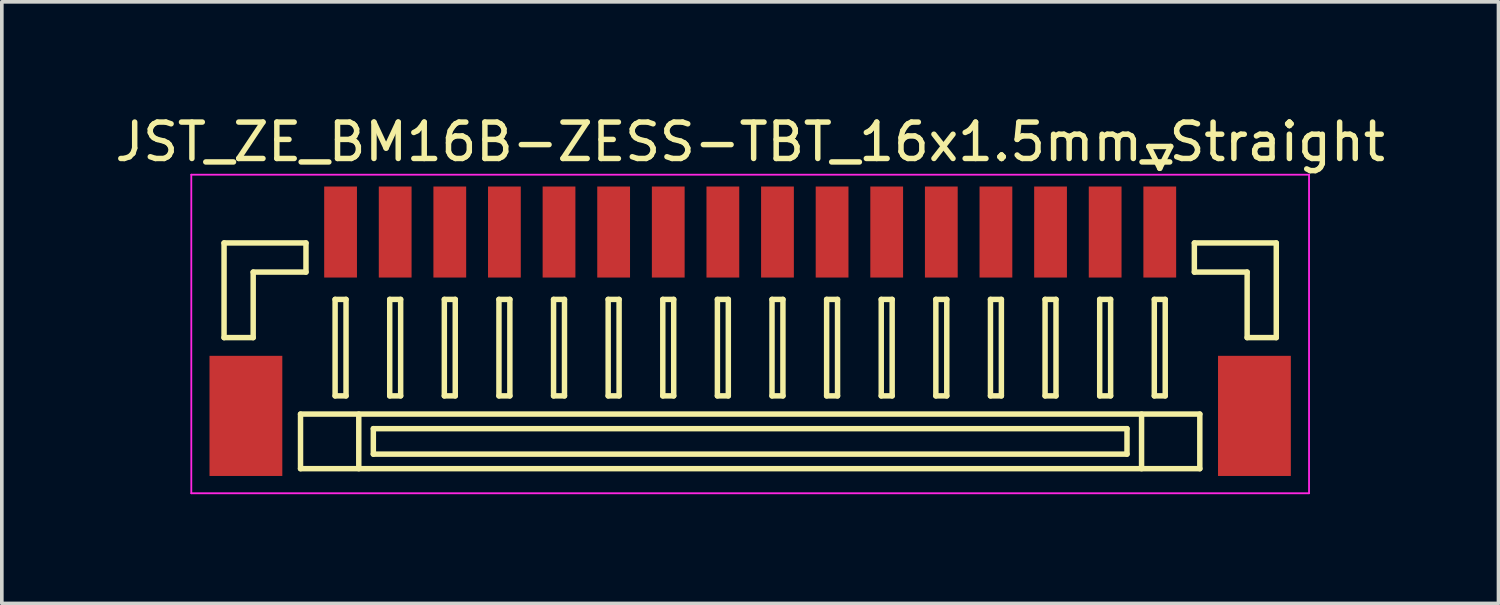
<source format=kicad_pcb>
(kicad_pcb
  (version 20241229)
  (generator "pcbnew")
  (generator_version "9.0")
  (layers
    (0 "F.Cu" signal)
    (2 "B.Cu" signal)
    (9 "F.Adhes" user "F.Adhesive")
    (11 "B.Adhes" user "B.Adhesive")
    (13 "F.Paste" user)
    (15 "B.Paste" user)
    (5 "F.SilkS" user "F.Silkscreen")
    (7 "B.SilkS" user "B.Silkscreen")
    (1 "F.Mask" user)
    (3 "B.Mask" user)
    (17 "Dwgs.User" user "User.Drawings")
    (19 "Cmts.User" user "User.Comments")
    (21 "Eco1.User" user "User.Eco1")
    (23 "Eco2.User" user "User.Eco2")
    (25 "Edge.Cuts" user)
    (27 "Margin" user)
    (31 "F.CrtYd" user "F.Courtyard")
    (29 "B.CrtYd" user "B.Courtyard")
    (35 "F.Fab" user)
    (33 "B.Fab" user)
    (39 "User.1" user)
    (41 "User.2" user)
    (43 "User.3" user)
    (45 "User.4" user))
  (footprint "JST_ZE_BM16B-ZESS-TBT_16x1.5mm_Straight"
    (layer "F.Cu")
    (at 17.554 5.848)
    (property "Reference" "JST_ZE_BM16B-ZESS-TBT_16x1.5mm_Straight" (at 0 -5 0) (layer "F.SilkS") (effects (font (size 1 1) (thickness 0.15))))
    (attr smd)
    (fp_line (start -14.45 -2.225) (end -14.45 0.375) (stroke (width 0.15) (type solid)) (layer "F.SilkS"))
    (fp_line (start -14.45 0.375) (end -13.65 0.375) (stroke (width 0.15) (type solid)) (layer "F.SilkS"))
    (fp_line (start -13.65 -1.425) (end -12.2 -1.425) (stroke (width 0.15) (type solid)) (layer "F.SilkS"))
    (fp_line (start -13.65 0.375) (end -13.65 -1.425) (stroke (width 0.15) (type solid)) (layer "F.SilkS"))
    (fp_line (start -12.35 2.475) (end -12.35 3.975) (stroke (width 0.15) (type solid)) (layer "F.SilkS"))
    (fp_line (start -12.35 3.975) (end 12.35 3.975) (stroke (width 0.15) (type solid)) (layer "F.SilkS"))
    (fp_line (start -12.2 -2.225) (end -14.45 -2.225) (stroke (width 0.15) (type solid)) (layer "F.SilkS"))
    (fp_line (start -12.2 -1.425) (end -12.2 -2.225) (stroke (width 0.15) (type solid)) (layer "F.SilkS"))
    (fp_line (start -11.4 -0.675) (end -11.4 1.975) (stroke (width 0.15) (type solid)) (layer "F.SilkS"))
    (fp_line (start -11.4 1.975) (end -11.1 1.975) (stroke (width 0.15) (type solid)) (layer "F.SilkS"))
    (fp_line (start -11.1 -0.675) (end -11.4 -0.675) (stroke (width 0.15) (type solid)) (layer "F.SilkS"))
    (fp_line (start -11.1 1.975) (end -11.1 -0.675) (stroke (width 0.15) (type solid)) (layer "F.SilkS"))
    (fp_line (start -10.75 2.475) (end -10.75 3.975) (stroke (width 0.15) (type solid)) (layer "F.SilkS"))
    (fp_line (start -10.35 2.875) (end -10.35 3.575) (stroke (width 0.15) (type solid)) (layer "F.SilkS"))
    (fp_line (start -10.35 3.575) (end 10.35 3.575) (stroke (width 0.15) (type solid)) (layer "F.SilkS"))
    (fp_line (start -9.9 -0.675) (end -9.9 1.975) (stroke (width 0.15) (type solid)) (layer "F.SilkS"))
    (fp_line (start -9.9 1.975) (end -9.6 1.975) (stroke (width 0.15) (type solid)) (layer "F.SilkS"))
    (fp_line (start -9.6 -0.675) (end -9.9 -0.675) (stroke (width 0.15) (type solid)) (layer "F.SilkS"))
    (fp_line (start -9.6 1.975) (end -9.6 -0.675) (stroke (width 0.15) (type solid)) (layer "F.SilkS"))
    (fp_line (start -8.4 -0.675) (end -8.4 1.975) (stroke (width 0.15) (type solid)) (layer "F.SilkS"))
    (fp_line (start -8.4 1.975) (end -8.1 1.975) (stroke (width 0.15) (type solid)) (layer "F.SilkS"))
    (fp_line (start -8.1 -0.675) (end -8.4 -0.675) (stroke (width 0.15) (type solid)) (layer "F.SilkS"))
    (fp_line (start -8.1 1.975) (end -8.1 -0.675) (stroke (width 0.15) (type solid)) (layer "F.SilkS"))
    (fp_line (start -6.9 -0.675) (end -6.9 1.975) (stroke (width 0.15) (type solid)) (layer "F.SilkS"))
    (fp_line (start -6.9 1.975) (end -6.6 1.975) (stroke (width 0.15) (type solid)) (layer "F.SilkS"))
    (fp_line (start -6.6 -0.675) (end -6.9 -0.675) (stroke (width 0.15) (type solid)) (layer "F.SilkS"))
    (fp_line (start -6.6 1.975) (end -6.6 -0.675) (stroke (width 0.15) (type solid)) (layer "F.SilkS"))
    (fp_line (start -5.4 -0.675) (end -5.4 1.975) (stroke (width 0.15) (type solid)) (layer "F.SilkS"))
    (fp_line (start -5.4 1.975) (end -5.1 1.975) (stroke (width 0.15) (type solid)) (layer "F.SilkS"))
    (fp_line (start -5.1 -0.675) (end -5.4 -0.675) (stroke (width 0.15) (type solid)) (layer "F.SilkS"))
    (fp_line (start -5.1 1.975) (end -5.1 -0.675) (stroke (width 0.15) (type solid)) (layer "F.SilkS"))
    (fp_line (start -3.9 -0.675) (end -3.9 1.975) (stroke (width 0.15) (type solid)) (layer "F.SilkS"))
    (fp_line (start -3.9 1.975) (end -3.6 1.975) (stroke (width 0.15) (type solid)) (layer "F.SilkS"))
    (fp_line (start -3.6 -0.675) (end -3.9 -0.675) (stroke (width 0.15) (type solid)) (layer "F.SilkS"))
    (fp_line (start -3.6 1.975) (end -3.6 -0.675) (stroke (width 0.15) (type solid)) (layer "F.SilkS"))
    (fp_line (start -2.4 -0.675) (end -2.4 1.975) (stroke (width 0.15) (type solid)) (layer "F.SilkS"))
    (fp_line (start -2.4 1.975) (end -2.1 1.975) (stroke (width 0.15) (type solid)) (layer "F.SilkS"))
    (fp_line (start -2.1 -0.675) (end -2.4 -0.675) (stroke (width 0.15) (type solid)) (layer "F.SilkS"))
    (fp_line (start -2.1 1.975) (end -2.1 -0.675) (stroke (width 0.15) (type solid)) (layer "F.SilkS"))
    (fp_line (start -0.9 -0.675) (end -0.9 1.975) (stroke (width 0.15) (type solid)) (layer "F.SilkS"))
    (fp_line (start -0.9 1.975) (end -0.6 1.975) (stroke (width 0.15) (type solid)) (layer "F.SilkS"))
    (fp_line (start -0.6 -0.675) (end -0.9 -0.675) (stroke (width 0.15) (type solid)) (layer "F.SilkS"))
    (fp_line (start -0.6 1.975) (end -0.6 -0.675) (stroke (width 0.15) (type solid)) (layer "F.SilkS"))
    (fp_line (start 0.6 -0.675) (end 0.6 1.975) (stroke (width 0.15) (type solid)) (layer "F.SilkS"))
    (fp_line (start 0.6 1.975) (end 0.9 1.975) (stroke (width 0.15) (type solid)) (layer "F.SilkS"))
    (fp_line (start 0.9 -0.675) (end 0.6 -0.675) (stroke (width 0.15) (type solid)) (layer "F.SilkS"))
    (fp_line (start 0.9 1.975) (end 0.9 -0.675) (stroke (width 0.15) (type solid)) (layer "F.SilkS"))
    (fp_line (start 2.1 -0.675) (end 2.1 1.975) (stroke (width 0.15) (type solid)) (layer "F.SilkS"))
    (fp_line (start 2.1 1.975) (end 2.4 1.975) (stroke (width 0.15) (type solid)) (layer "F.SilkS"))
    (fp_line (start 2.4 -0.675) (end 2.1 -0.675) (stroke (width 0.15) (type solid)) (layer "F.SilkS"))
    (fp_line (start 2.4 1.975) (end 2.4 -0.675) (stroke (width 0.15) (type solid)) (layer "F.SilkS"))
    (fp_line (start 3.6 -0.675) (end 3.6 1.975) (stroke (width 0.15) (type solid)) (layer "F.SilkS"))
    (fp_line (start 3.6 1.975) (end 3.9 1.975) (stroke (width 0.15) (type solid)) (layer "F.SilkS"))
    (fp_line (start 3.9 -0.675) (end 3.6 -0.675) (stroke (width 0.15) (type solid)) (layer "F.SilkS"))
    (fp_line (start 3.9 1.975) (end 3.9 -0.675) (stroke (width 0.15) (type solid)) (layer "F.SilkS"))
    (fp_line (start 5.1 -0.675) (end 5.1 1.975) (stroke (width 0.15) (type solid)) (layer "F.SilkS"))
    (fp_line (start 5.1 1.975) (end 5.4 1.975) (stroke (width 0.15) (type solid)) (layer "F.SilkS"))
    (fp_line (start 5.4 -0.675) (end 5.1 -0.675) (stroke (width 0.15) (type solid)) (layer "F.SilkS"))
    (fp_line (start 5.4 1.975) (end 5.4 -0.675) (stroke (width 0.15) (type solid)) (layer "F.SilkS"))
    (fp_line (start 6.6 -0.675) (end 6.6 1.975) (stroke (width 0.15) (type solid)) (layer "F.SilkS"))
    (fp_line (start 6.6 1.975) (end 6.9 1.975) (stroke (width 0.15) (type solid)) (layer "F.SilkS"))
    (fp_line (start 6.9 -0.675) (end 6.6 -0.675) (stroke (width 0.15) (type solid)) (layer "F.SilkS"))
    (fp_line (start 6.9 1.975) (end 6.9 -0.675) (stroke (width 0.15) (type solid)) (layer "F.SilkS"))
    (fp_line (start 8.1 -0.675) (end 8.1 1.975) (stroke (width 0.15) (type solid)) (layer "F.SilkS"))
    (fp_line (start 8.1 1.975) (end 8.4 1.975) (stroke (width 0.15) (type solid)) (layer "F.SilkS"))
    (fp_line (start 8.4 -0.675) (end 8.1 -0.675) (stroke (width 0.15) (type solid)) (layer "F.SilkS"))
    (fp_line (start 8.4 1.975) (end 8.4 -0.675) (stroke (width 0.15) (type solid)) (layer "F.SilkS"))
    (fp_line (start 9.6 -0.675) (end 9.6 1.975) (stroke (width 0.15) (type solid)) (layer "F.SilkS"))
    (fp_line (start 9.6 1.975) (end 9.9 1.975) (stroke (width 0.15) (type solid)) (layer "F.SilkS"))
    (fp_line (start 9.9 -0.675) (end 9.6 -0.675) (stroke (width 0.15) (type solid)) (layer "F.SilkS"))
    (fp_line (start 9.9 1.975) (end 9.9 -0.675) (stroke (width 0.15) (type solid)) (layer "F.SilkS"))
    (fp_line (start 10.35 2.875) (end -10.35 2.875) (stroke (width 0.15) (type solid)) (layer "F.SilkS"))
    (fp_line (start 10.35 3.575) (end 10.35 2.875) (stroke (width 0.15) (type solid)) (layer "F.SilkS"))
    (fp_line (start 10.75 2.475) (end 10.75 3.975) (stroke (width 0.15) (type solid)) (layer "F.SilkS"))
    (fp_line (start 10.95 -4.875) (end 11.25 -4.275) (stroke (width 0.15) (type solid)) (layer "F.SilkS"))
    (fp_line (start 11.1 -0.675) (end 11.1 1.975) (stroke (width 0.15) (type solid)) (layer "F.SilkS"))
    (fp_line (start 11.1 1.975) (end 11.4 1.975) (stroke (width 0.15) (type solid)) (layer "F.SilkS"))
    (fp_line (start 11.25 -4.275) (end 11.55 -4.875) (stroke (width 0.15) (type solid)) (layer "F.SilkS"))
    (fp_line (start 11.4 -0.675) (end 11.1 -0.675) (stroke (width 0.15) (type solid)) (layer "F.SilkS"))
    (fp_line (start 11.4 1.975) (end 11.4 -0.675) (stroke (width 0.15) (type solid)) (layer "F.SilkS"))
    (fp_line (start 11.55 -4.875) (end 10.95 -4.875) (stroke (width 0.15) (type solid)) (layer "F.SilkS"))
    (fp_line (start 12.2 -2.225) (end 14.45 -2.225) (stroke (width 0.15) (type solid)) (layer "F.SilkS"))
    (fp_line (start 12.2 -1.425) (end 12.2 -2.225) (stroke (width 0.15) (type solid)) (layer "F.SilkS"))
    (fp_line (start 12.35 2.475) (end -12.35 2.475) (stroke (width 0.15) (type solid)) (layer "F.SilkS"))
    (fp_line (start 12.35 3.975) (end 12.35 2.475) (stroke (width 0.15) (type solid)) (layer "F.SilkS"))
    (fp_line (start 13.65 -1.425) (end 12.2 -1.425) (stroke (width 0.15) (type solid)) (layer "F.SilkS"))
    (fp_line (start 13.65 0.375) (end 13.65 -1.425) (stroke (width 0.15) (type solid)) (layer "F.SilkS"))
    (fp_line (start 14.45 -2.225) (end 14.45 0.375) (stroke (width 0.15) (type solid)) (layer "F.SilkS"))
    (fp_line (start 14.45 0.375) (end 13.65 0.375) (stroke (width 0.15) (type solid)) (layer "F.SilkS"))
    (fp_line (start -15.35 -4.1) (end -15.35 4.65) (stroke (width 0.05) (type solid)) (layer "F.CrtYd"))
    (fp_line (start -15.35 4.65) (end 15.35 4.65) (stroke (width 0.05) (type solid)) (layer "F.CrtYd"))
    (fp_line (start 15.35 -4.1) (end -15.35 -4.1) (stroke (width 0.05) (type solid)) (layer "F.CrtYd"))
    (fp_line (start 15.35 4.65) (end 15.35 -4.1) (stroke (width 0.05) (type solid)) (layer "F.CrtYd"))
    (pad "" smd rect (at -13.85 2.525) (size 2 3.3) (layers "F.Cu" "F.Mask" "F.Paste"))
    (pad "" smd rect (at 13.85 2.525) (size 2 3.3) (layers "F.Cu" "F.Mask" "F.Paste"))
    (pad "1" smd rect (at 11.25 -2.525) (size 0.9 2.5) (layers "F.Cu" "F.Mask" "F.Paste"))
    (pad "2" smd rect (at 9.75 -2.525) (size 0.9 2.5) (layers "F.Cu" "F.Mask" "F.Paste"))
    (pad "3" smd rect (at 8.25 -2.525) (size 0.9 2.5) (layers "F.Cu" "F.Mask" "F.Paste"))
    (pad "4" smd rect (at 6.75 -2.525) (size 0.9 2.5) (layers "F.Cu" "F.Mask" "F.Paste"))
    (pad "5" smd rect (at 5.25 -2.525) (size 0.9 2.5) (layers "F.Cu" "F.Mask" "F.Paste"))
    (pad "6" smd rect (at 3.75 -2.525) (size 0.9 2.5) (layers "F.Cu" "F.Mask" "F.Paste"))
    (pad "7" smd rect (at 2.25 -2.525) (size 0.9 2.5) (layers "F.Cu" "F.Mask" "F.Paste"))
    (pad "8" smd rect (at 0.75 -2.525) (size 0.9 2.5) (layers "F.Cu" "F.Mask" "F.Paste"))
    (pad "9" smd rect (at -0.75 -2.525) (size 0.9 2.5) (layers "F.Cu" "F.Mask" "F.Paste"))
    (pad "10" smd rect (at -2.25 -2.525) (size 0.9 2.5) (layers "F.Cu" "F.Mask" "F.Paste"))
    (pad "11" smd rect (at -3.75 -2.525) (size 0.9 2.5) (layers "F.Cu" "F.Mask" "F.Paste"))
    (pad "12" smd rect (at -5.25 -2.525) (size 0.9 2.5) (layers "F.Cu" "F.Mask" "F.Paste"))
    (pad "13" smd rect (at -6.75 -2.525) (size 0.9 2.5) (layers "F.Cu" "F.Mask" "F.Paste"))
    (pad "14" smd rect (at -8.25 -2.525) (size 0.9 2.5) (layers "F.Cu" "F.Mask" "F.Paste"))
    (pad "15" smd rect (at -9.75 -2.525) (size 0.9 2.5) (layers "F.Cu" "F.Mask" "F.Paste"))
    (pad "16" smd rect (at -11.25 -2.525) (size 0.9 2.5) (layers "F.Cu" "F.Mask" "F.Paste")))
  (gr_rect
    (start -3 -3)
    (end 38.107 13.523)
    (stroke (width 0.1) (type default))
    (fill no)
    (layer "Edge.Cuts")))
</source>
